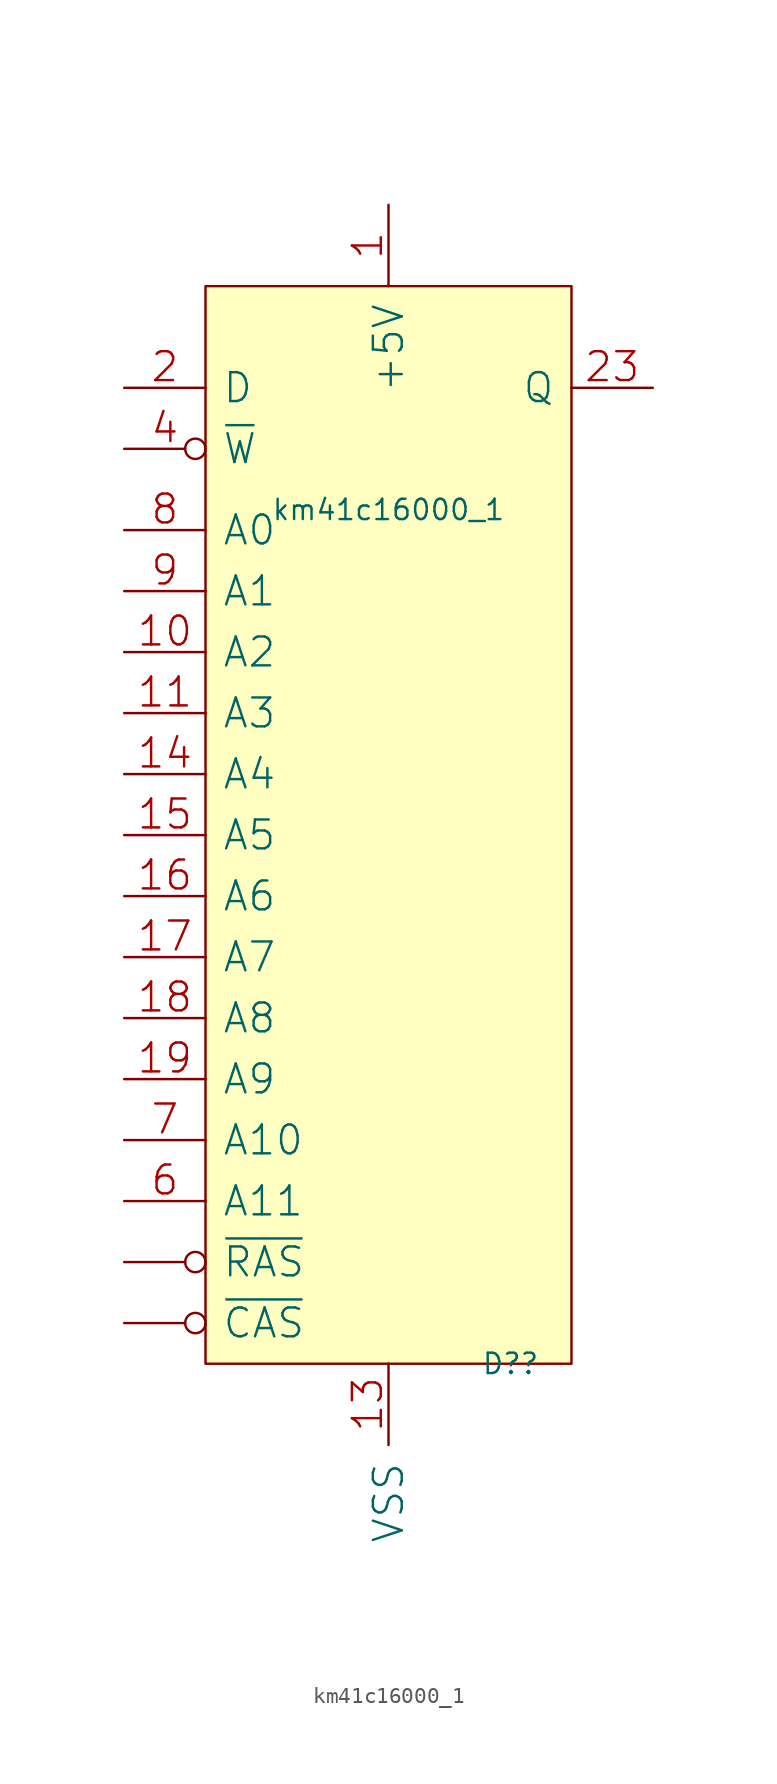
<source format=kicad_sym>
(kicad_symbol_lib
  (version 20211014)
  (generator kicad_symbol_editor)
  (symbol "km41c16000_1"
    (pin_names
      (offset 1.016))
    (property "Reference" "D?"
      (at 7.62 -36.83 0)
      (effects (font (size 1.27 1.27))))
    (property "Value" "km41c16000_1"
      (at 0 16.51 0)
      (effects (font (size 1.27 1.27))))
    (symbol "km41c16000_1_0_1"
      (rectangle (start -11.43 30.48) (end 11.43 -36.83) (stroke (width 0) (type default) (color 0 0 0 0)) (fill (type background))))
    (symbol "km41c16000_1_1_1"
      (pin power_in line (at 0 35.56 270) (length 5.08) (name "+5V" (effects (font (size 1.803 1.803)))) (number "1" (effects (font (size 1.803 1.803)))))
      (pin input line (at -16.51 7.62 0) (length 5.08) (name "A2" (effects (font (size 1.803 1.803)))) (number "10" (effects (font (size 1.803 1.803)))))
      (pin input line (at -16.51 3.81 0) (length 5.08) (name "A3" (effects (font (size 1.803 1.803)))) (number "11" (effects (font (size 1.803 1.803)))))
      (pin power_out line (at 0 -36.83 270) (length 5.08) (name "VSS" (effects (font (size 1.803 1.803)))) (number "13" (effects (font (size 1.803 1.803)))))
      (pin input line (at -16.51 0 0) (length 5.08) (name "A4" (effects (font (size 1.803 1.803)))) (number "14" (effects (font (size 1.803 1.803)))))
      (pin input line (at -16.51 -3.81 0) (length 5.08) (name "A5" (effects (font (size 1.803 1.803)))) (number "15" (effects (font (size 1.803 1.803)))))
      (pin input line (at -16.51 -7.62 0) (length 5.08) (name "A6" (effects (font (size 1.803 1.803)))) (number "16" (effects (font (size 1.803 1.803)))))
      (pin input line (at -16.51 -11.43 0) (length 5.08) (name "A7" (effects (font (size 1.803 1.803)))) (number "17" (effects (font (size 1.803 1.803)))))
      (pin input line (at -16.51 -15.24 0) (length 5.08) (name "A8" (effects (font (size 1.803 1.803)))) (number "18" (effects (font (size 1.803 1.803)))))
      (pin input line (at -16.51 -19.05 0) (length 5.08) (name "A9" (effects (font (size 1.803 1.803)))) (number "19" (effects (font (size 1.803 1.803)))))
      (pin input line (at -16.51 24.13 0) (length 5.08) (name "D" (effects (font (size 1.803 1.803)))) (number "2" (effects (font (size 1.803 1.803)))))
      (pin output line (at 16.51 24.13 180) (length 5.08) (name "Q" (effects (font (size 1.803 1.803)))) (number "23" (effects (font (size 1.803 1.803)))))
      (pin input inverted (at -16.51 20.32 0) (length 5.08) (name "~{W}" (effects (font (size 1.803 1.803)))) (number "4" (effects (font (size 1.803 1.803)))))
      (pin input line (at -16.51 -26.67 0) (length 5.08) (name "A11" (effects (font (size 1.803 1.803)))) (number "6" (effects (font (size 1.803 1.803)))))
      (pin input line (at -16.51 -22.86 0) (length 5.08) (name "A10" (effects (font (size 1.803 1.803)))) (number "7" (effects (font (size 1.803 1.803)))))
      (pin input line (at -16.51 15.24 0) (length 5.08) (name "A0" (effects (font (size 1.803 1.803)))) (number "8" (effects (font (size 1.803 1.803)))))
      (pin input line (at -16.51 11.43 0) (length 5.08) (name "A1" (effects (font (size 1.803 1.803)))) (number "9" (effects (font (size 1.803 1.803)))))
      (pin input inverted (at -16.51 -34.29 0) (length 5.08) (name "~{CAS}" (effects (font (size 1.803 1.803)))) (number "~" (effects (font (size 1.803 1.803)))))
      (pin input inverted (at -16.51 -30.48 0) (length 5.08) (name "~{RAS}" (effects (font (size 1.803 1.803)))) (number "~" (effects (font (size 1.803 1.803))))))))
</source>
